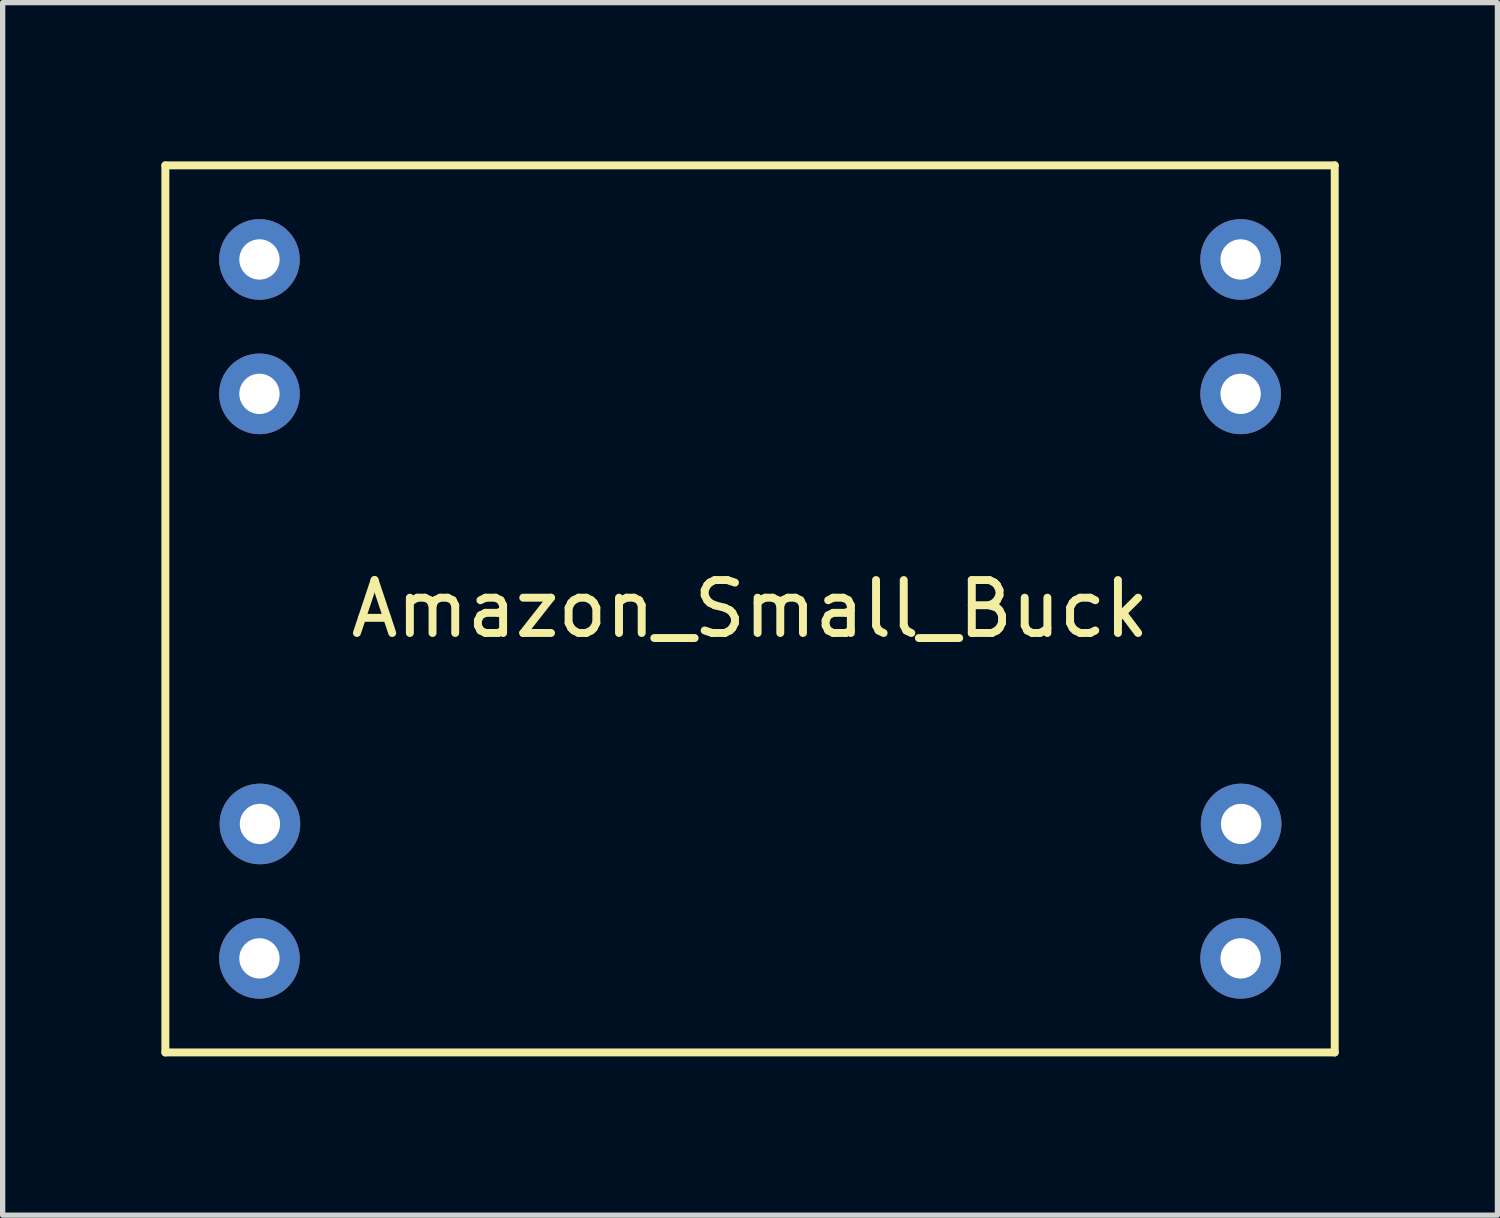
<source format=kicad_pcb>
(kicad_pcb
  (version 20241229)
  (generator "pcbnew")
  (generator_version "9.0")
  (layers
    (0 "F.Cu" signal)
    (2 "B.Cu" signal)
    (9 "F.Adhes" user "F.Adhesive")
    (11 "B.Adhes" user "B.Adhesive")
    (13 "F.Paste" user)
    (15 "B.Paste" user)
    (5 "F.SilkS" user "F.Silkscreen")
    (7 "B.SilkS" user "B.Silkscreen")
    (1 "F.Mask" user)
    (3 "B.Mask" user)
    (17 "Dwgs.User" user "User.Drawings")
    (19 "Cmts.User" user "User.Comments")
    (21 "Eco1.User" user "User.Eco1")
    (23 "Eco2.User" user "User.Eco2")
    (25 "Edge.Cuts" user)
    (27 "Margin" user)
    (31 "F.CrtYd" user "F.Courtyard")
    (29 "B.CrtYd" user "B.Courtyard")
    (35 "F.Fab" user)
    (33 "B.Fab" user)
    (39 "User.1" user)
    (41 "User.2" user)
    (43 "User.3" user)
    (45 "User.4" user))
  (footprint "Amazon_Small_Buck"
    (layer "F.Cu")
    (at 11.124 8.457)
    (property "Reference" "Amazon_Small_Buck" (at 0 0 0) (layer "F.SilkS") (effects (font (size 1 1) (thickness 0.15))))
    (attr through_hole)
    (fp_line (start -11.049 -8.382) (end -11.049 8.382) (stroke (width 0.15) (type solid)) (layer "F.SilkS"))
    (fp_line (start -11.049 -8.382) (end 11.049 -8.382) (stroke (width 0.15) (type solid)) (layer "F.SilkS"))
    (fp_line (start -11.049 8.382) (end 11.049 8.382) (stroke (width 0.15) (type solid)) (layer "F.SilkS"))
    (fp_line (start 11.049 -8.382) (end 11.049 8.382) (stroke (width 0.15) (type solid)) (layer "F.SilkS"))
    (pad "1" thru_hole circle (at -9.271 -6.604) (size 1.524 1.524) (drill 0.762) (layers "*.Cu" "*.Mask"))
    (pad "2" thru_hole circle (at -9.271 -4.064) (size 1.524 1.524) (drill 0.762) (layers "*.Cu" "*.Mask"))
    (pad "3" thru_hole circle (at -9.262 4.064) (size 1.524 1.524) (drill 0.762) (layers "*.Cu" "*.Mask"))
    (pad "4" thru_hole circle (at -9.271 6.604) (size 1.524 1.524) (drill 0.762) (layers "*.Cu" "*.Mask"))
    (pad "5" thru_hole circle (at 9.271 6.604) (size 1.524 1.524) (drill 0.762) (layers "*.Cu" "*.Mask"))
    (pad "6" thru_hole circle (at 9.28 4.064) (size 1.524 1.524) (drill 0.762) (layers "*.Cu" "*.Mask"))
    (pad "7" thru_hole circle (at 9.271 -4.064) (size 1.524 1.524) (drill 0.762) (layers "*.Cu" "*.Mask"))
    (pad "8" thru_hole circle (at 9.271 -6.604) (size 1.524 1.524) (drill 0.762) (layers "*.Cu" "*.Mask")))
  (gr_rect
    (start -3 -3)
    (end 25.248 19.914)
    (stroke (width 0.1) (type default))
    (fill no)
    (layer "Edge.Cuts")))
</source>
